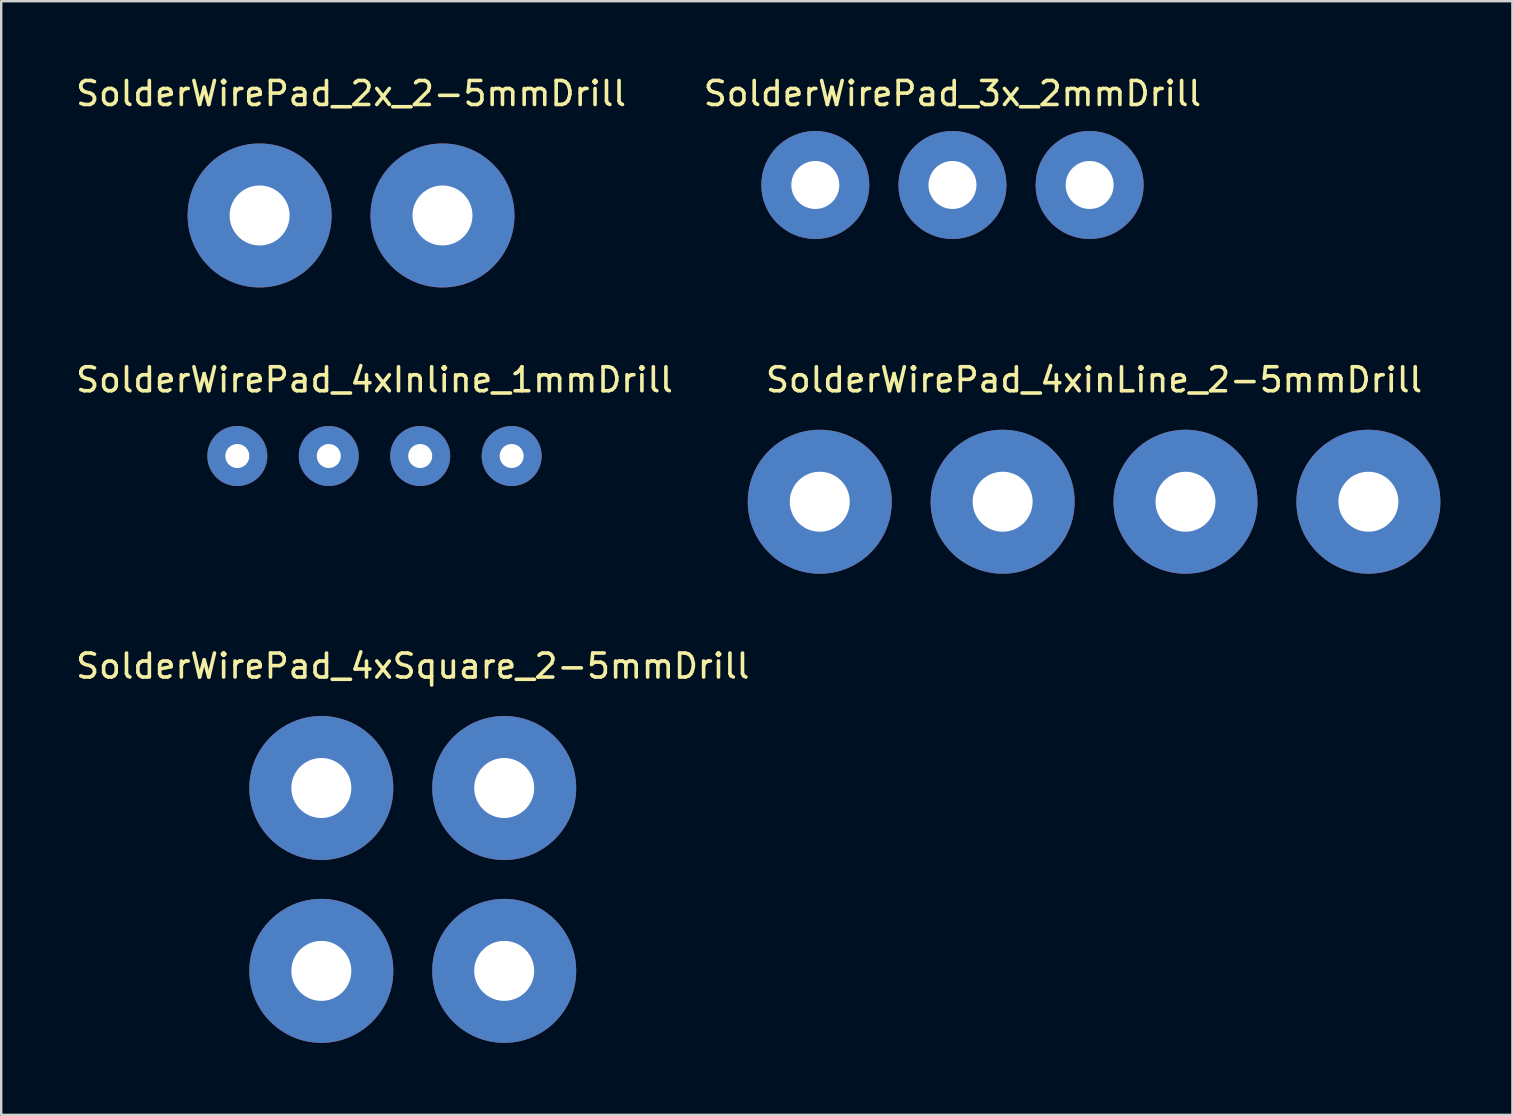
<source format=kicad_pcb>
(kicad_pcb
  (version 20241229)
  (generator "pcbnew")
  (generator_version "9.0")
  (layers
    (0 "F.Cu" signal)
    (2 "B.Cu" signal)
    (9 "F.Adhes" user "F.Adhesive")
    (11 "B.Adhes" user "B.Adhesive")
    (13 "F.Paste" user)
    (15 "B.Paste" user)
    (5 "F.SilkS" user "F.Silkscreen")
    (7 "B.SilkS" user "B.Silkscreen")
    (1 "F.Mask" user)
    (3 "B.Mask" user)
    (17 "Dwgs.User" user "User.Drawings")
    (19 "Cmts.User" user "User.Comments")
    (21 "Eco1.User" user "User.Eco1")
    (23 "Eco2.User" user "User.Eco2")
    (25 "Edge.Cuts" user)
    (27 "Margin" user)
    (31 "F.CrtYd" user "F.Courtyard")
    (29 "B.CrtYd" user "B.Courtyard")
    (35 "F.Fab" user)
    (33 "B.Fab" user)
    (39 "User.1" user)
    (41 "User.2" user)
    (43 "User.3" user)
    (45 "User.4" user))
  (footprint "SolderWirePad_2x_2-5mmDrill"
    (layer "F.Cu")
    (at 11.577 5.928)
    (property "Reference" "SolderWirePad_2x_2-5mmDrill" (at 0 -5.08 0) (layer "F.SilkS") (effects (font (size 1 1) (thickness 0.15))))
    (attr through_hole)
    (pad "1" thru_hole circle (at -3.81 0) (size 5.999 5.999) (drill 2.499) (layers "*.Cu" "*.Mask"))
    (pad "1" thru_hole circle (at 3.81 0) (size 5.999 5.999) (drill 2.499) (layers "*.Cu" "*.Mask")))
  (footprint "SolderWirePad_4xInline_1mmDrill"
    (layer "F.Cu")
    (at 12.554 15.951)
    (property "Reference" "SolderWirePad_4xInline_1mmDrill" (at 0 -3.175 0) (layer "F.SilkS") (effects (font (size 1 1) (thickness 0.15))))
    (attr through_hole)
    (pad "1" thru_hole circle (at -5.715 0) (size 2.499 2.499) (drill 1.001) (layers "*.Cu" "*.Mask"))
    (pad "1" thru_hole circle (at -1.905 0) (size 2.499 2.499) (drill 1.001) (layers "*.Cu" "*.Mask"))
    (pad "1" thru_hole circle (at 1.905 0) (size 2.499 2.499) (drill 1.001) (layers "*.Cu" "*.Mask"))
    (pad "1" thru_hole circle (at 5.715 0) (size 2.499 2.499) (drill 1.001) (layers "*.Cu" "*.Mask")))
  (footprint "SolderWirePad_4xinLine_2-5mmDrill"
    (layer "F.Cu")
    (at 42.537 17.856)
    (property "Reference" "SolderWirePad_4xinLine_2-5mmDrill" (at 0 -5.08 0) (layer "F.SilkS") (effects (font (size 1 1) (thickness 0.15))))
    (attr through_hole)
    (pad "1" thru_hole circle (at -11.43 0) (size 5.999 5.999) (drill 2.499) (layers "*.Cu" "*.Mask"))
    (pad "1" thru_hole circle (at -3.81 0) (size 5.999 5.999) (drill 2.499) (layers "*.Cu" "*.Mask"))
    (pad "1" thru_hole circle (at 3.81 0) (size 5.999 5.999) (drill 2.499) (layers "*.Cu" "*.Mask"))
    (pad "1" thru_hole circle (at 11.43 0) (size 5.999 5.999) (drill 2.499) (layers "*.Cu" "*.Mask")))
  (footprint "SolderWirePad_3x_2mmDrill"
    (layer "F.Cu")
    (at 36.637 4.658)
    (property "Reference" "SolderWirePad_3x_2mmDrill" (at 0 -3.81 0) (layer "F.SilkS") (effects (font (size 1 1) (thickness 0.15))))
    (attr through_hole)
    (pad "1" thru_hole circle (at -5.715 0) (size 4.501 4.501) (drill 1.999) (layers "*.Cu" "*.Mask"))
    (pad "1" thru_hole circle (at 0 0) (size 4.501 4.501) (drill 1.999) (layers "*.Cu" "*.Mask"))
    (pad "1" thru_hole circle (at 5.715 0) (size 4.501 4.501) (drill 1.999) (layers "*.Cu" "*.Mask")))
  (footprint "SolderWirePad_4xSquare_2-5mmDrill"
    (layer "F.Cu")
    (at 14.149 33.594)
    (property "Reference" "SolderWirePad_4xSquare_2-5mmDrill" (at 0 -8.89 0) (layer "F.SilkS") (effects (font (size 1 1) (thickness 0.15))))
    (attr through_hole)
    (pad "1" thru_hole circle (at -3.81 -3.81) (size 5.999 5.999) (drill 2.499) (layers "*.Cu" "*.Mask"))
    (pad "1" thru_hole circle (at -3.81 3.81) (size 5.999 5.999) (drill 2.499) (layers "*.Cu" "*.Mask"))
    (pad "1" thru_hole circle (at 3.81 -3.81) (size 5.999 5.999) (drill 2.499) (layers "*.Cu" "*.Mask"))
    (pad "1" thru_hole circle (at 3.81 3.81) (size 5.999 5.999) (drill 2.499) (layers "*.Cu" "*.Mask")))
  (gr_rect
    (start -3 -3)
    (end 59.967 43.404)
    (stroke (width 0.1) (type default))
    (fill no)
    (layer "Edge.Cuts")))
</source>
